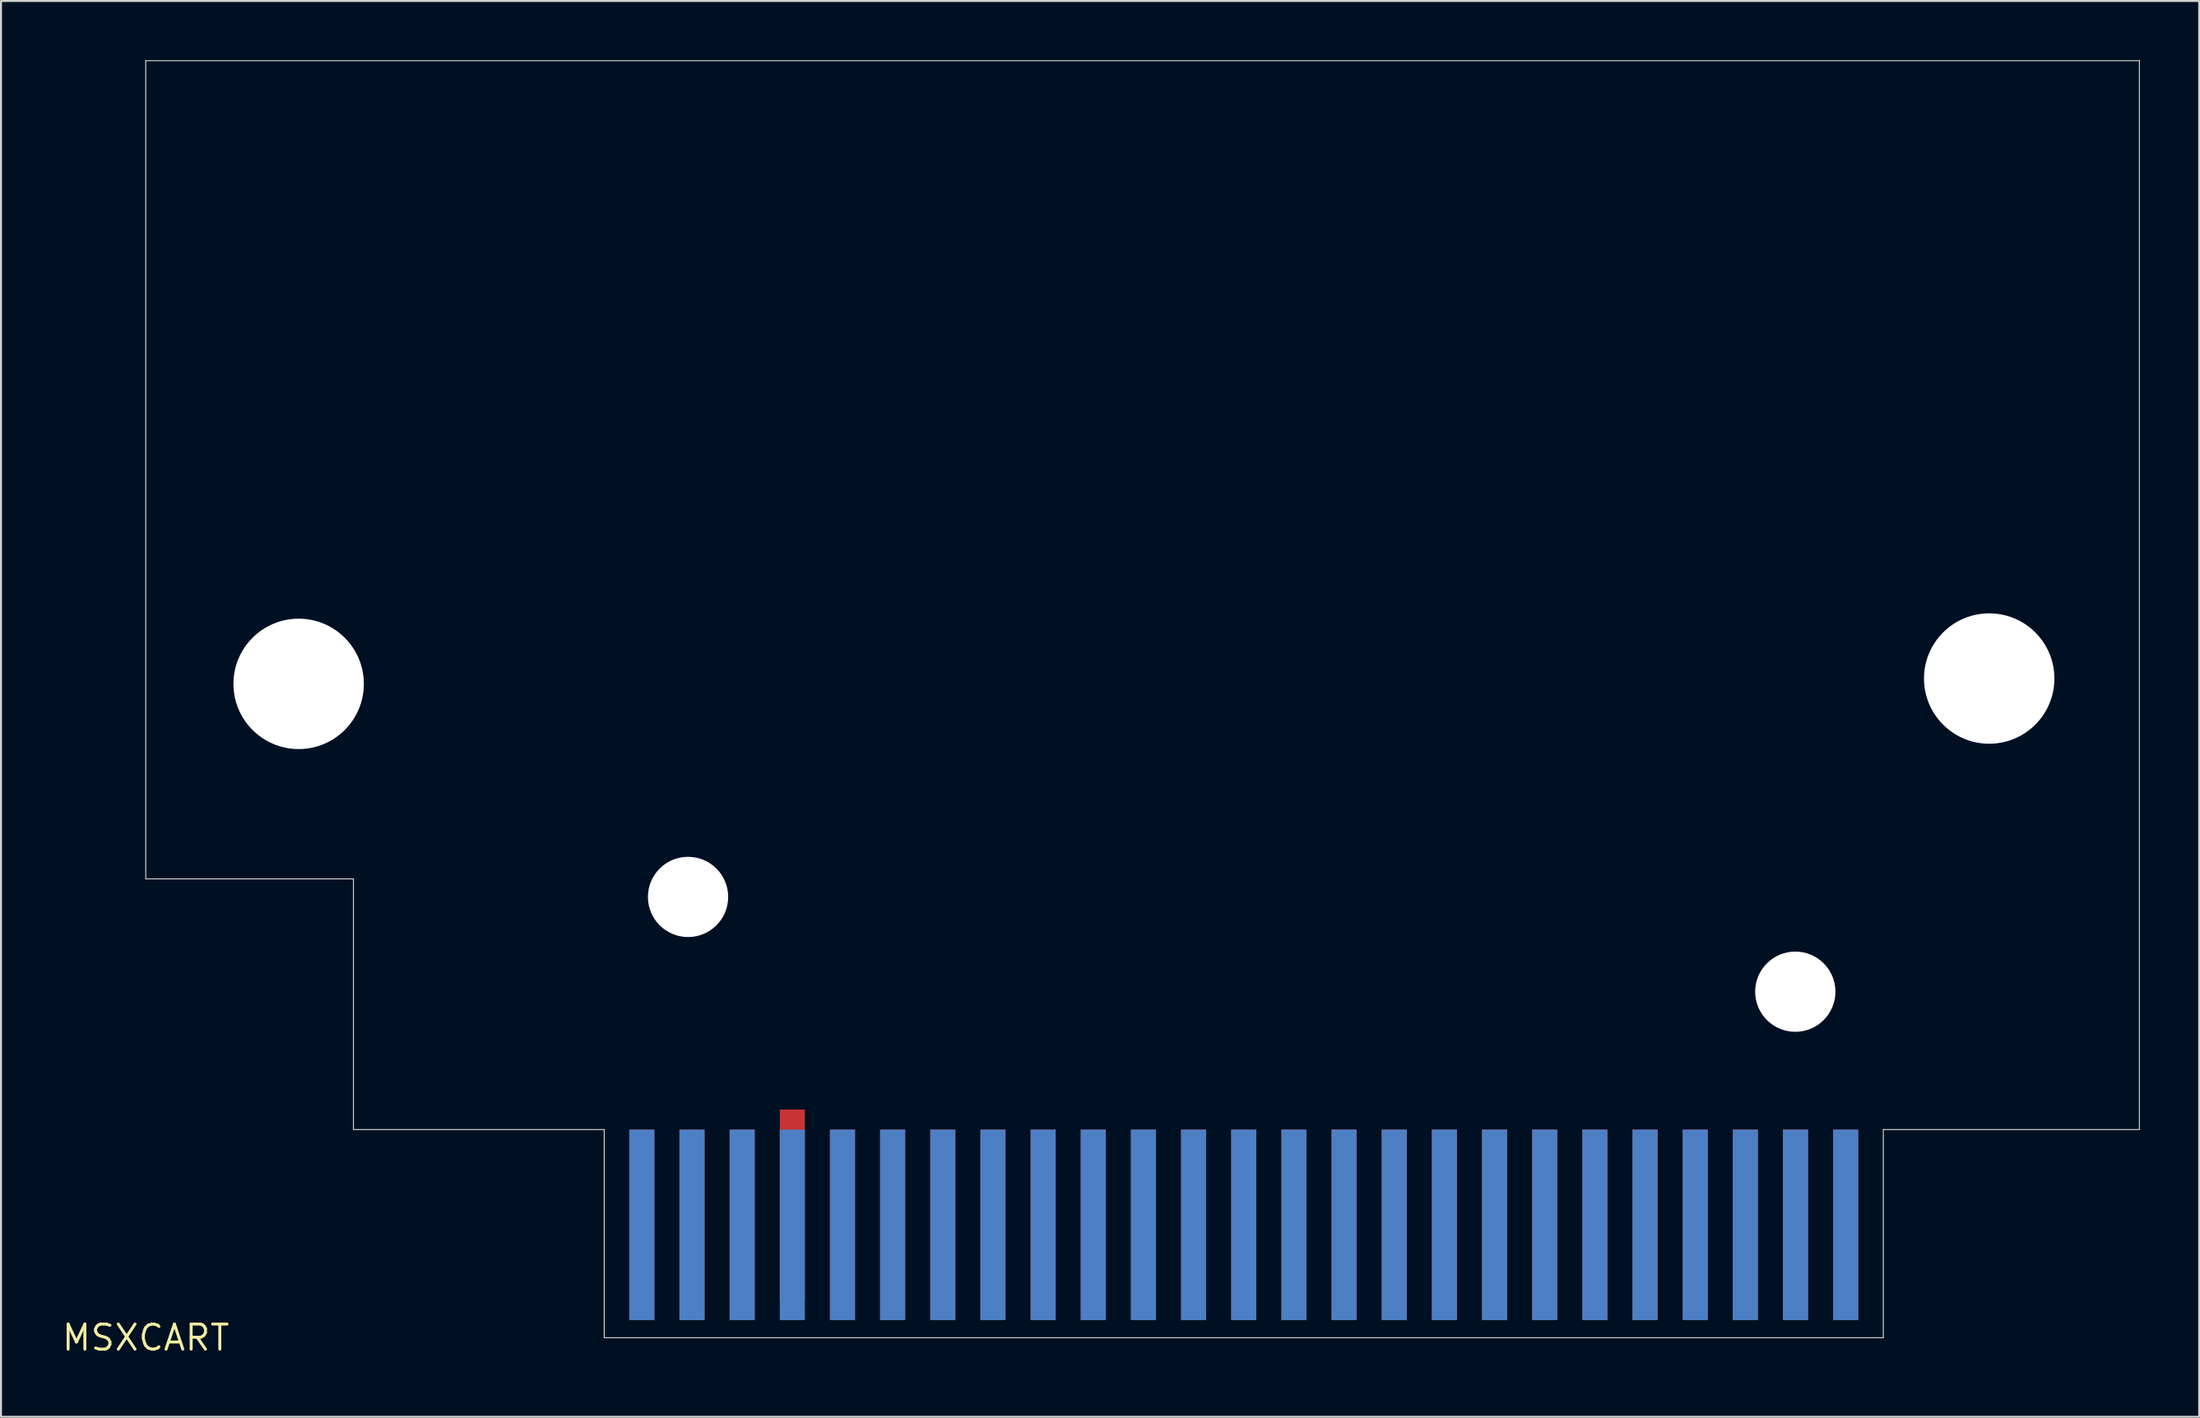
<source format=kicad_pcb>
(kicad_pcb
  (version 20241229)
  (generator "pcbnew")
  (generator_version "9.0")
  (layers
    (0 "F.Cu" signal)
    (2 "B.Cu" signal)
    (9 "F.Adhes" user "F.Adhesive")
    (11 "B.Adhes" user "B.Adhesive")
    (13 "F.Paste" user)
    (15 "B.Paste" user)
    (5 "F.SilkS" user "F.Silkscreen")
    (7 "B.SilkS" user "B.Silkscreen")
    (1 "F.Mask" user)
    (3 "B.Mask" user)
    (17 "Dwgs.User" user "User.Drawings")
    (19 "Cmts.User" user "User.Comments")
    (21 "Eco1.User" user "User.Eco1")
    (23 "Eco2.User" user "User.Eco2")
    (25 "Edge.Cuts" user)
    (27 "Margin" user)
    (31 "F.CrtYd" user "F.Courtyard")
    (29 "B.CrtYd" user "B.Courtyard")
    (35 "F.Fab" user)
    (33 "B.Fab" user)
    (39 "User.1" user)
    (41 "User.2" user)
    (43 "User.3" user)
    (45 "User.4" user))
  (footprint "MSXCART"
    (layer "F.Cu")
    (at 4.331 64.708)
    (property "Reference" "MSXCART" (at 0 0 0) (layer "F.SilkS") (effects (font (size 1.27 1.27) (thickness 0.15))))
    (fp_line (start 0 -64.683) (end 100.956 -64.683) (stroke (width 0.05) (type solid)) (layer "Edge.Cuts"))
    (fp_line (start 0 -23.241) (end 0 -64.683) (stroke (width 0.05) (type solid)) (layer "Edge.Cuts"))
    (fp_line (start 10.516 -23.241) (end 0 -23.241) (stroke (width 0.05) (type solid)) (layer "Edge.Cuts"))
    (fp_line (start 10.516 -23.241) (end 10.516 -10.541) (stroke (width 0.05) (type solid)) (layer "Edge.Cuts"))
    (fp_line (start 10.516 -10.541) (end 23.216 -10.541) (stroke (width 0.05) (type solid)) (layer "Edge.Cuts"))
    (fp_line (start 23.216 -10.541) (end 23.216 0) (stroke (width 0.05) (type solid)) (layer "Edge.Cuts"))
    (fp_line (start 23.216 0) (end 87.986 0) (stroke (width 0.05) (type solid)) (layer "Edge.Cuts"))
    (fp_line (start 87.986 0) (end 87.986 -10.541) (stroke (width 0.05) (type solid)) (layer "Edge.Cuts"))
    (fp_line (start 100.956 -10.541) (end 87.986 -10.541) (stroke (width 0.05) (type solid)) (layer "Edge.Cuts"))
    (fp_line (start 100.956 -10.541) (end 100.956 -64.683) (stroke (width 0.05) (type solid)) (layer "Edge.Cuts"))
    (pad "" np_thru_hole circle (at 7.742 -33.118) (size 6.604 6.604) (drill 6.604) (layers "*.Cu" "*.Mask"))
    (pad "" np_thru_hole circle (at 27.461 -22.326) (size 4.064 4.064) (drill 4.064) (layers "*.Cu" "*.Mask"))
    (pad "" np_thru_hole circle (at 83.53 -17.526) (size 4.064 4.064) (drill 4.064) (layers "*.Cu" "*.Mask"))
    (pad "" np_thru_hole circle (at 93.349 -33.388) (size 6.604 6.604) (drill 6.604) (layers "*.Cu" "*.Mask"))
    (pad "1" smd rect (at 86.081 -5.715) (size 1.27 9.652) (layers "B.Cu" "B.Mask"))
    (pad "2" smd rect (at 86.081 -5.715) (size 1.27 9.652) (layers "F.Cu" "F.Mask"))
    (pad "3" smd rect (at 83.541 -5.715) (size 1.27 9.652) (layers "B.Cu" "B.Mask"))
    (pad "4" smd rect (at 83.541 -5.715) (size 1.27 9.652) (layers "F.Cu" "F.Mask"))
    (pad "5" smd rect (at 81.001 -5.715) (size 1.27 9.652) (layers "B.Cu" "B.Mask"))
    (pad "6" smd rect (at 81.001 -5.715) (size 1.27 9.652) (layers "F.Cu" "F.Mask"))
    (pad "7" smd rect (at 78.461 -5.715) (size 1.27 9.652) (layers "B.Cu" "B.Mask"))
    (pad "8" smd rect (at 78.461 -5.715) (size 1.27 9.652) (layers "F.Cu" "F.Mask"))
    (pad "9" smd rect (at 75.921 -5.715) (size 1.27 9.652) (layers "B.Cu" "B.Mask"))
    (pad "10" smd rect (at 75.921 -5.715) (size 1.27 9.652) (layers "F.Cu" "F.Mask"))
    (pad "11" smd rect (at 73.381 -5.715) (size 1.27 9.652) (layers "B.Cu" "B.Mask"))
    (pad "12" smd rect (at 73.381 -5.715) (size 1.27 9.652) (layers "F.Cu" "F.Mask"))
    (pad "13" smd rect (at 70.841 -5.715) (size 1.27 9.652) (layers "B.Cu" "B.Mask"))
    (pad "14" smd rect (at 70.841 -5.715) (size 1.27 9.652) (layers "F.Cu" "F.Mask"))
    (pad "15" smd rect (at 68.301 -5.715) (size 1.27 9.652) (layers "B.Cu" "B.Mask"))
    (pad "16" smd rect (at 68.301 -5.715) (size 1.27 9.652) (layers "F.Cu" "F.Mask"))
    (pad "17" smd rect (at 65.761 -5.715) (size 1.27 9.652) (layers "B.Cu" "B.Mask"))
    (pad "18" smd rect (at 65.761 -5.715) (size 1.27 9.652) (layers "F.Cu" "F.Mask"))
    (pad "19" smd rect (at 63.221 -5.715) (size 1.27 9.652) (layers "B.Cu" "B.Mask"))
    (pad "20" smd rect (at 63.221 -5.715) (size 1.27 9.652) (layers "F.Cu" "F.Mask"))
    (pad "21" smd rect (at 60.681 -5.715) (size 1.27 9.652) (layers "B.Cu" "B.Mask"))
    (pad "22" smd rect (at 60.681 -5.715) (size 1.27 9.652) (layers "F.Cu" "F.Mask"))
    (pad "23" smd rect (at 58.141 -5.715) (size 1.27 9.652) (layers "B.Cu" "B.Mask"))
    (pad "24" smd rect (at 58.141 -5.715) (size 1.27 9.652) (layers "F.Cu" "F.Mask"))
    (pad "25" smd rect (at 55.601 -5.715) (size 1.27 9.652) (layers "B.Cu" "B.Mask"))
    (pad "26" smd rect (at 55.601 -5.715) (size 1.27 9.652) (layers "F.Cu" "F.Mask"))
    (pad "27" smd rect (at 53.061 -5.715) (size 1.27 9.652) (layers "B.Cu" "B.Mask"))
    (pad "28" smd rect (at 53.061 -5.715) (size 1.27 9.652) (layers "F.Cu" "F.Mask"))
    (pad "29" smd rect (at 50.521 -5.715) (size 1.27 9.652) (layers "B.Cu" "B.Mask"))
    (pad "30" smd rect (at 50.521 -5.715) (size 1.27 9.652) (layers "F.Cu" "F.Mask"))
    (pad "31" smd rect (at 47.981 -5.715) (size 1.27 9.652) (layers "B.Cu" "B.Mask"))
    (pad "32" smd rect (at 47.981 -5.715) (size 1.27 9.652) (layers "F.Cu" "F.Mask"))
    (pad "33" smd rect (at 45.441 -5.715) (size 1.27 9.652) (layers "B.Cu" "B.Mask"))
    (pad "34" smd rect (at 45.441 -5.715) (size 1.27 9.652) (layers "F.Cu" "F.Mask"))
    (pad "35" smd rect (at 42.901 -5.715) (size 1.27 9.652) (layers "B.Cu" "B.Mask"))
    (pad "36" smd rect (at 42.901 -5.715) (size 1.27 9.652) (layers "F.Cu" "F.Mask"))
    (pad "37" smd rect (at 40.361 -5.715) (size 1.27 9.652) (layers "B.Cu" "B.Mask"))
    (pad "38" smd rect (at 40.361 -5.715) (size 1.27 9.652) (layers "F.Cu" "F.Mask"))
    (pad "39" smd rect (at 37.821 -5.715) (size 1.27 9.652) (layers "B.Cu" "B.Mask"))
    (pad "40" smd rect (at 37.821 -5.715) (size 1.27 9.652) (layers "F.Cu" "F.Mask"))
    (pad "41" smd rect (at 35.281 -5.715) (size 1.27 9.652) (layers "B.Cu" "B.Mask"))
    (pad "42" smd rect (at 35.281 -5.715) (size 1.27 9.652) (layers "F.Cu" "F.Mask"))
    (pad "43" smd rect (at 32.741 -5.715) (size 1.27 9.652) (layers "B.Cu" "B.Mask"))
    (pad "44" smd rect (at 32.741 -6.731) (size 1.27 9.652) (layers "F.Cu" "F.Mask"))
    (pad "45" smd rect (at 30.201 -5.715) (size 1.27 9.652) (layers "B.Cu" "B.Mask"))
    (pad "46" smd rect (at 30.201 -5.715) (size 1.27 9.652) (layers "F.Cu" "F.Mask"))
    (pad "47" smd rect (at 27.661 -5.715) (size 1.27 9.652) (layers "B.Cu" "B.Mask"))
    (pad "48" smd rect (at 27.661 -5.715) (size 1.27 9.652) (layers "F.Cu" "F.Mask"))
    (pad "49" smd rect (at 25.121 -5.715) (size 1.27 9.652) (layers "B.Cu" "B.Mask"))
    (pad "50" smd rect (at 25.121 -5.715) (size 1.27 9.652) (layers "F.Cu" "F.Mask"))
    (zone (net_name "") (layer "F.Cu") (hatch edge 0.508) (connect_pads) (min_thickness 0.254) (filled_areas_thickness no) (keepout (tracks not_allowed) (vias not_allowed) (pads not_allowed) (copperpour not_allowed) (footprints allowed)) (placement (enabled no)) (fill) (polygon (pts (xy 27.547 64.327) (xy 28.817 64.327) (xy 28.817 54.167) (xy 27.547 54.167))))
    (zone (net_name "") (layer "F.Cu") (hatch edge 0.508) (connect_pads) (min_thickness 0.254) (filled_areas_thickness no) (keepout (tracks not_allowed) (vias not_allowed) (pads not_allowed) (copperpour not_allowed) (footprints allowed)) (placement (enabled no)) (fill) (polygon (pts (xy 30.087 64.327) (xy 31.357 64.327) (xy 31.357 54.167) (xy 30.087 54.167))))
    (zone (net_name "") (layer "F.Cu") (hatch edge 0.508) (connect_pads) (min_thickness 0.254) (filled_areas_thickness no) (keepout (tracks not_allowed) (vias not_allowed) (pads not_allowed) (copperpour not_allowed) (footprints allowed)) (placement (enabled no)) (fill) (polygon (pts (xy 32.627 64.327) (xy 33.897 64.327) (xy 33.897 54.167) (xy 32.627 54.167))))
    (zone (net_name "") (layer "F.Cu") (hatch edge 0.508) (connect_pads) (min_thickness 0.254) (filled_areas_thickness no) (keepout (tracks not_allowed) (vias not_allowed) (pads not_allowed) (copperpour not_allowed) (footprints allowed)) (placement (enabled no)) (fill) (polygon (pts (xy 35.167 64.327) (xy 36.437 64.327) (xy 36.437 54.167) (xy 35.167 54.167))))
    (zone (net_name "") (layer "F.Cu") (hatch edge 0.508) (connect_pads) (min_thickness 0.254) (filled_areas_thickness no) (keepout (tracks not_allowed) (vias not_allowed) (pads not_allowed) (copperpour not_allowed) (footprints allowed)) (placement (enabled no)) (fill) (polygon (pts (xy 37.707 64.327) (xy 38.977 64.327) (xy 38.977 54.167) (xy 37.707 54.167))))
    (zone (net_name "") (layer "F.Cu") (hatch edge 0.508) (connect_pads) (min_thickness 0.254) (filled_areas_thickness no) (keepout (tracks not_allowed) (vias not_allowed) (pads not_allowed) (copperpour not_allowed) (footprints allowed)) (placement (enabled no)) (fill) (polygon (pts (xy 40.247 64.327) (xy 41.517 64.327) (xy 41.517 54.167) (xy 40.247 54.167))))
    (zone (net_name "") (layer "F.Cu") (hatch edge 0.508) (connect_pads) (min_thickness 0.254) (filled_areas_thickness no) (keepout (tracks not_allowed) (vias not_allowed) (pads not_allowed) (copperpour not_allowed) (footprints allowed)) (placement (enabled no)) (fill) (polygon (pts (xy 42.787 64.327) (xy 44.057 64.327) (xy 44.057 54.167) (xy 42.787 54.167))))
    (zone (net_name "") (layer "F.Cu") (hatch edge 0.508) (connect_pads) (min_thickness 0.254) (filled_areas_thickness no) (keepout (tracks not_allowed) (vias not_allowed) (pads not_allowed) (copperpour not_allowed) (footprints allowed)) (placement (enabled no)) (fill) (polygon (pts (xy 45.327 64.327) (xy 46.597 64.327) (xy 46.597 54.167) (xy 45.327 54.167))))
    (zone (net_name "") (layer "F.Cu") (hatch edge 0.508) (connect_pads) (min_thickness 0.254) (filled_areas_thickness no) (keepout (tracks not_allowed) (vias not_allowed) (pads not_allowed) (copperpour not_allowed) (footprints allowed)) (placement (enabled no)) (fill) (polygon (pts (xy 47.867 64.327) (xy 49.137 64.327) (xy 49.137 54.167) (xy 47.867 54.167))))
    (zone (net_name "") (layer "F.Cu") (hatch edge 0.508) (connect_pads) (min_thickness 0.254) (filled_areas_thickness no) (keepout (tracks not_allowed) (vias not_allowed) (pads not_allowed) (copperpour not_allowed) (footprints allowed)) (placement (enabled no)) (fill) (polygon (pts (xy 50.407 64.327) (xy 51.677 64.327) (xy 51.677 54.167) (xy 50.407 54.167))))
    (zone (net_name "") (layer "F.Cu") (hatch edge 0.508) (connect_pads) (min_thickness 0.254) (filled_areas_thickness no) (keepout (tracks not_allowed) (vias not_allowed) (pads not_allowed) (copperpour not_allowed) (footprints allowed)) (placement (enabled no)) (fill) (polygon (pts (xy 52.947 64.327) (xy 54.217 64.327) (xy 54.217 54.167) (xy 52.947 54.167))))
    (zone (net_name "") (layer "F.Cu") (hatch edge 0.508) (connect_pads) (min_thickness 0.254) (filled_areas_thickness no) (keepout (tracks not_allowed) (vias not_allowed) (pads not_allowed) (copperpour not_allowed) (footprints allowed)) (placement (enabled no)) (fill) (polygon (pts (xy 55.487 64.327) (xy 56.757 64.327) (xy 56.757 54.167) (xy 55.487 54.167))))
    (zone (net_name "") (layer "F.Cu") (hatch edge 0.508) (connect_pads) (min_thickness 0.254) (filled_areas_thickness no) (keepout (tracks not_allowed) (vias not_allowed) (pads not_allowed) (copperpour not_allowed) (footprints allowed)) (placement (enabled no)) (fill) (polygon (pts (xy 58.027 64.327) (xy 59.297 64.327) (xy 59.297 54.167) (xy 58.027 54.167))))
    (zone (net_name "") (layer "F.Cu") (hatch edge 0.508) (connect_pads) (min_thickness 0.254) (filled_areas_thickness no) (keepout (tracks not_allowed) (vias not_allowed) (pads not_allowed) (copperpour not_allowed) (footprints allowed)) (placement (enabled no)) (fill) (polygon (pts (xy 60.567 64.327) (xy 61.837 64.327) (xy 61.837 54.167) (xy 60.567 54.167))))
    (zone (net_name "") (layer "F.Cu") (hatch edge 0.508) (connect_pads) (min_thickness 0.254) (filled_areas_thickness no) (keepout (tracks not_allowed) (vias not_allowed) (pads not_allowed) (copperpour not_allowed) (footprints allowed)) (placement (enabled no)) (fill) (polygon (pts (xy 63.107 64.327) (xy 64.377 64.327) (xy 64.377 54.167) (xy 63.107 54.167))))
    (zone (net_name "") (layer "F.Cu") (hatch edge 0.508) (connect_pads) (min_thickness 0.254) (filled_areas_thickness no) (keepout (tracks not_allowed) (vias not_allowed) (pads not_allowed) (copperpour not_allowed) (footprints allowed)) (placement (enabled no)) (fill) (polygon (pts (xy 65.647 64.327) (xy 66.917 64.327) (xy 66.917 54.167) (xy 65.647 54.167))))
    (zone (net_name "") (layer "F.Cu") (hatch edge 0.508) (connect_pads) (min_thickness 0.254) (filled_areas_thickness no) (keepout (tracks not_allowed) (vias not_allowed) (pads not_allowed) (copperpour not_allowed) (footprints allowed)) (placement (enabled no)) (fill) (polygon (pts (xy 68.187 64.327) (xy 69.457 64.327) (xy 69.457 54.167) (xy 68.187 54.167))))
    (zone (net_name "") (layer "F.Cu") (hatch edge 0.508) (connect_pads) (min_thickness 0.254) (filled_areas_thickness no) (keepout (tracks not_allowed) (vias not_allowed) (pads not_allowed) (copperpour not_allowed) (footprints allowed)) (placement (enabled no)) (fill) (polygon (pts (xy 70.727 64.327) (xy 71.997 64.327) (xy 71.997 54.167) (xy 70.727 54.167))))
    (zone (net_name "") (layer "F.Cu") (hatch edge 0.508) (connect_pads) (min_thickness 0.254) (filled_areas_thickness no) (keepout (tracks not_allowed) (vias not_allowed) (pads not_allowed) (copperpour not_allowed) (footprints allowed)) (placement (enabled no)) (fill) (polygon (pts (xy 73.267 64.327) (xy 74.537 64.327) (xy 74.537 54.167) (xy 73.267 54.167))))
    (zone (net_name "") (layer "F.Cu") (hatch edge 0.508) (connect_pads) (min_thickness 0.254) (filled_areas_thickness no) (keepout (tracks not_allowed) (vias not_allowed) (pads not_allowed) (copperpour not_allowed) (footprints allowed)) (placement (enabled no)) (fill) (polygon (pts (xy 75.807 64.327) (xy 77.077 64.327) (xy 77.077 54.167) (xy 75.807 54.167))))
    (zone (net_name "") (layer "F.Cu") (hatch edge 0.508) (connect_pads) (min_thickness 0.254) (filled_areas_thickness no) (keepout (tracks not_allowed) (vias not_allowed) (pads not_allowed) (copperpour not_allowed) (footprints allowed)) (placement (enabled no)) (fill) (polygon (pts (xy 78.347 64.327) (xy 79.617 64.327) (xy 79.617 54.167) (xy 78.347 54.167))))
    (zone (net_name "") (layer "F.Cu") (hatch edge 0.508) (connect_pads) (min_thickness 0.254) (filled_areas_thickness no) (keepout (tracks not_allowed) (vias not_allowed) (pads not_allowed) (copperpour not_allowed) (footprints allowed)) (placement (enabled no)) (fill) (polygon (pts (xy 80.887 64.327) (xy 82.157 64.327) (xy 82.157 54.167) (xy 80.887 54.167))))
    (zone (net_name "") (layer "F.Cu") (hatch edge 0.508) (connect_pads) (min_thickness 0.254) (filled_areas_thickness no) (keepout (tracks not_allowed) (vias not_allowed) (pads not_allowed) (copperpour not_allowed) (footprints allowed)) (placement (enabled no)) (fill) (polygon (pts (xy 83.427 64.327) (xy 84.697 64.327) (xy 84.697 54.167) (xy 83.427 54.167))))
    (zone (net_name "") (layer "F.Cu") (hatch edge 0.508) (connect_pads) (min_thickness 0.254) (filled_areas_thickness no) (keepout (tracks not_allowed) (vias not_allowed) (pads not_allowed) (copperpour not_allowed) (footprints allowed)) (placement (enabled no)) (fill) (polygon (pts (xy 85.967 64.327) (xy 87.237 64.327) (xy 87.237 54.167) (xy 85.967 54.167))))
    (zone (net_name "") (layer "F.Cu") (hatch edge 0.508) (connect_pads) (min_thickness 0.254) (filled_areas_thickness no) (keepout (tracks not_allowed) (vias not_allowed) (pads not_allowed) (copperpour not_allowed) (footprints allowed)) (placement (enabled no)) (fill) (polygon (pts (xy 88.507 64.327) (xy 89.777 64.327) (xy 89.777 54.167) (xy 88.507 54.167))))
    (zone (net_name "") (layer "F.Cu") (hatch edge 0.508) (connect_pads) (min_thickness 0.254) (filled_areas_thickness no) (keepout (tracks not_allowed) (vias not_allowed) (pads not_allowed) (copperpour not_allowed) (footprints allowed)) (placement (enabled no)) (fill) (polygon (pts (xy 91.047 64.327) (xy 92.317 64.327) (xy 92.317 54.167) (xy 91.047 54.167))))
    (zone (net_name "") (layer "B.Cu") (hatch edge 0.508) (connect_pads) (min_thickness 0.254) (filled_areas_thickness no) (keepout (tracks not_allowed) (vias not_allowed) (pads not_allowed) (copperpour not_allowed) (footprints allowed)) (placement (enabled no)) (fill) (polygon (pts (xy 27.547 64.327) (xy 28.817 64.327) (xy 28.817 54.167) (xy 27.547 54.167))))
    (zone (net_name "") (layer "B.Cu") (hatch edge 0.508) (connect_pads) (min_thickness 0.254) (filled_areas_thickness no) (keepout (tracks not_allowed) (vias not_allowed) (pads not_allowed) (copperpour not_allowed) (footprints allowed)) (placement (enabled no)) (fill) (polygon (pts (xy 30.087 64.327) (xy 31.357 64.327) (xy 31.357 54.167) (xy 30.087 54.167))))
    (zone (net_name "") (layer "B.Cu") (hatch edge 0.508) (connect_pads) (min_thickness 0.254) (filled_areas_thickness no) (keepout (tracks not_allowed) (vias not_allowed) (pads not_allowed) (copperpour not_allowed) (footprints allowed)) (placement (enabled no)) (fill) (polygon (pts (xy 32.627 64.327) (xy 33.897 64.327) (xy 33.897 54.167) (xy 32.627 54.167))))
    (zone (net_name "") (layer "B.Cu") (hatch edge 0.508) (connect_pads) (min_thickness 0.254) (filled_areas_thickness no) (keepout (tracks not_allowed) (vias not_allowed) (pads not_allowed) (copperpour not_allowed) (footprints allowed)) (placement (enabled no)) (fill) (polygon (pts (xy 35.167 64.327) (xy 36.437 64.327) (xy 36.437 54.167) (xy 35.167 54.167))))
    (zone (net_name "") (layer "B.Cu") (hatch edge 0.508) (connect_pads) (min_thickness 0.254) (filled_areas_thickness no) (keepout (tracks not_allowed) (vias not_allowed) (pads not_allowed) (copperpour not_allowed) (footprints allowed)) (placement (enabled no)) (fill) (polygon (pts (xy 37.707 64.327) (xy 38.977 64.327) (xy 38.977 54.167) (xy 37.707 54.167))))
    (zone (net_name "") (layer "B.Cu") (hatch edge 0.508) (connect_pads) (min_thickness 0.254) (filled_areas_thickness no) (keepout (tracks not_allowed) (vias not_allowed) (pads not_allowed) (copperpour not_allowed) (footprints allowed)) (placement (enabled no)) (fill) (polygon (pts (xy 40.247 64.327) (xy 41.517 64.327) (xy 41.517 54.167) (xy 40.247 54.167))))
    (zone (net_name "") (layer "B.Cu") (hatch edge 0.508) (connect_pads) (min_thickness 0.254) (filled_areas_thickness no) (keepout (tracks not_allowed) (vias not_allowed) (pads not_allowed) (copperpour not_allowed) (footprints allowed)) (placement (enabled no)) (fill) (polygon (pts (xy 42.787 64.327) (xy 44.057 64.327) (xy 44.057 54.167) (xy 42.787 54.167))))
    (zone (net_name "") (layer "B.Cu") (hatch edge 0.508) (connect_pads) (min_thickness 0.254) (filled_areas_thickness no) (keepout (tracks not_allowed) (vias not_allowed) (pads not_allowed) (copperpour not_allowed) (footprints allowed)) (placement (enabled no)) (fill) (polygon (pts (xy 45.327 64.327) (xy 46.597 64.327) (xy 46.597 54.167) (xy 45.327 54.167))))
    (zone (net_name "") (layer "B.Cu") (hatch edge 0.508) (connect_pads) (min_thickness 0.254) (filled_areas_thickness no) (keepout (tracks not_allowed) (vias not_allowed) (pads not_allowed) (copperpour not_allowed) (footprints allowed)) (placement (enabled no)) (fill) (polygon (pts (xy 47.867 64.327) (xy 49.137 64.327) (xy 49.137 54.167) (xy 47.867 54.167))))
    (zone (net_name "") (layer "B.Cu") (hatch edge 0.508) (connect_pads) (min_thickness 0.254) (filled_areas_thickness no) (keepout (tracks not_allowed) (vias not_allowed) (pads not_allowed) (copperpour not_allowed) (footprints allowed)) (placement (enabled no)) (fill) (polygon (pts (xy 50.407 64.327) (xy 51.677 64.327) (xy 51.677 54.167) (xy 50.407 54.167))))
    (zone (net_name "") (layer "B.Cu") (hatch edge 0.508) (connect_pads) (min_thickness 0.254) (filled_areas_thickness no) (keepout (tracks not_allowed) (vias not_allowed) (pads not_allowed) (copperpour not_allowed) (footprints allowed)) (placement (enabled no)) (fill) (polygon (pts (xy 52.947 64.327) (xy 54.217 64.327) (xy 54.217 54.167) (xy 52.947 54.167))))
    (zone (net_name "") (layer "B.Cu") (hatch edge 0.508) (connect_pads) (min_thickness 0.254) (filled_areas_thickness no) (keepout (tracks not_allowed) (vias not_allowed) (pads not_allowed) (copperpour not_allowed) (footprints allowed)) (placement (enabled no)) (fill) (polygon (pts (xy 55.487 64.327) (xy 56.757 64.327) (xy 56.757 54.167) (xy 55.487 54.167))))
    (zone (net_name "") (layer "B.Cu") (hatch edge 0.508) (connect_pads) (min_thickness 0.254) (filled_areas_thickness no) (keepout (tracks not_allowed) (vias not_allowed) (pads not_allowed) (copperpour not_allowed) (footprints allowed)) (placement (enabled no)) (fill) (polygon (pts (xy 58.027 64.327) (xy 59.297 64.327) (xy 59.297 54.167) (xy 58.027 54.167))))
    (zone (net_name "") (layer "B.Cu") (hatch edge 0.508) (connect_pads) (min_thickness 0.254) (filled_areas_thickness no) (keepout (tracks not_allowed) (vias not_allowed) (pads not_allowed) (copperpour not_allowed) (footprints allowed)) (placement (enabled no)) (fill) (polygon (pts (xy 60.567 64.327) (xy 61.837 64.327) (xy 61.837 54.167) (xy 60.567 54.167))))
    (zone (net_name "") (layer "B.Cu") (hatch edge 0.508) (connect_pads) (min_thickness 0.254) (filled_areas_thickness no) (keepout (tracks not_allowed) (vias not_allowed) (pads not_allowed) (copperpour not_allowed) (footprints allowed)) (placement (enabled no)) (fill) (polygon (pts (xy 63.107 64.327) (xy 64.377 64.327) (xy 64.377 54.167) (xy 63.107 54.167))))
    (zone (net_name "") (layer "B.Cu") (hatch edge 0.508) (connect_pads) (min_thickness 0.254) (filled_areas_thickness no) (keepout (tracks not_allowed) (vias not_allowed) (pads not_allowed) (copperpour not_allowed) (footprints allowed)) (placement (enabled no)) (fill) (polygon (pts (xy 65.647 64.327) (xy 66.917 64.327) (xy 66.917 54.167) (xy 65.647 54.167))))
    (zone (net_name "") (layer "B.Cu") (hatch edge 0.508) (connect_pads) (min_thickness 0.254) (filled_areas_thickness no) (keepout (tracks not_allowed) (vias not_allowed) (pads not_allowed) (copperpour not_allowed) (footprints allowed)) (placement (enabled no)) (fill) (polygon (pts (xy 68.187 64.327) (xy 69.457 64.327) (xy 69.457 54.167) (xy 68.187 54.167))))
    (zone (net_name "") (layer "B.Cu") (hatch edge 0.508) (connect_pads) (min_thickness 0.254) (filled_areas_thickness no) (keepout (tracks not_allowed) (vias not_allowed) (pads not_allowed) (copperpour not_allowed) (footprints allowed)) (placement (enabled no)) (fill) (polygon (pts (xy 70.727 64.327) (xy 71.997 64.327) (xy 71.997 54.167) (xy 70.727 54.167))))
    (zone (net_name "") (layer "B.Cu") (hatch edge 0.508) (connect_pads) (min_thickness 0.254) (filled_areas_thickness no) (keepout (tracks not_allowed) (vias not_allowed) (pads not_allowed) (copperpour not_allowed) (footprints allowed)) (placement (enabled no)) (fill) (polygon (pts (xy 73.267 64.327) (xy 74.537 64.327) (xy 74.537 54.167) (xy 73.267 54.167))))
    (zone (net_name "") (layer "B.Cu") (hatch edge 0.508) (connect_pads) (min_thickness 0.254) (filled_areas_thickness no) (keepout (tracks not_allowed) (vias not_allowed) (pads not_allowed) (copperpour not_allowed) (footprints allowed)) (placement (enabled no)) (fill) (polygon (pts (xy 75.807 64.327) (xy 77.077 64.327) (xy 77.077 54.167) (xy 75.807 54.167))))
    (zone (net_name "") (layer "B.Cu") (hatch edge 0.508) (connect_pads) (min_thickness 0.254) (filled_areas_thickness no) (keepout (tracks not_allowed) (vias not_allowed) (pads not_allowed) (copperpour not_allowed) (footprints allowed)) (placement (enabled no)) (fill) (polygon (pts (xy 78.347 64.327) (xy 79.617 64.327) (xy 79.617 54.167) (xy 78.347 54.167))))
    (zone (net_name "") (layer "B.Cu") (hatch edge 0.508) (connect_pads) (min_thickness 0.254) (filled_areas_thickness no) (keepout (tracks not_allowed) (vias not_allowed) (pads not_allowed) (copperpour not_allowed) (footprints allowed)) (placement (enabled no)) (fill) (polygon (pts (xy 80.887 64.327) (xy 82.157 64.327) (xy 82.157 54.167) (xy 80.887 54.167))))
    (zone (net_name "") (layer "B.Cu") (hatch edge 0.508) (connect_pads) (min_thickness 0.254) (filled_areas_thickness no) (keepout (tracks not_allowed) (vias not_allowed) (pads not_allowed) (copperpour not_allowed) (footprints allowed)) (placement (enabled no)) (fill) (polygon (pts (xy 83.427 64.327) (xy 84.697 64.327) (xy 84.697 54.167) (xy 83.427 54.167))))
    (zone (net_name "") (layer "B.Cu") (hatch edge 0.508) (connect_pads) (min_thickness 0.254) (filled_areas_thickness no) (keepout (tracks not_allowed) (vias not_allowed) (pads not_allowed) (copperpour not_allowed) (footprints allowed)) (placement (enabled no)) (fill) (polygon (pts (xy 85.967 64.327) (xy 87.237 64.327) (xy 87.237 54.167) (xy 85.967 54.167))))
    (zone (net_name "") (layer "B.Cu") (hatch edge 0.508) (connect_pads) (min_thickness 0.254) (filled_areas_thickness no) (keepout (tracks not_allowed) (vias not_allowed) (pads not_allowed) (copperpour not_allowed) (footprints allowed)) (placement (enabled no)) (fill) (polygon (pts (xy 88.507 64.327) (xy 89.777 64.327) (xy 89.777 54.167) (xy 88.507 54.167))))
    (zone (net_name "") (layer "B.Cu") (hatch edge 0.508) (connect_pads) (min_thickness 0.254) (filled_areas_thickness no) (keepout (tracks not_allowed) (vias not_allowed) (pads not_allowed) (copperpour not_allowed) (footprints allowed)) (placement (enabled no)) (fill) (polygon (pts (xy 91.047 64.327) (xy 92.317 64.327) (xy 92.317 54.167) (xy 91.047 54.167)))))
  (gr_rect
    (start -3 -3)
    (end 108.312 68.714)
    (stroke (width 0.1) (type default))
    (fill no)
    (layer "Edge.Cuts")))
</source>
